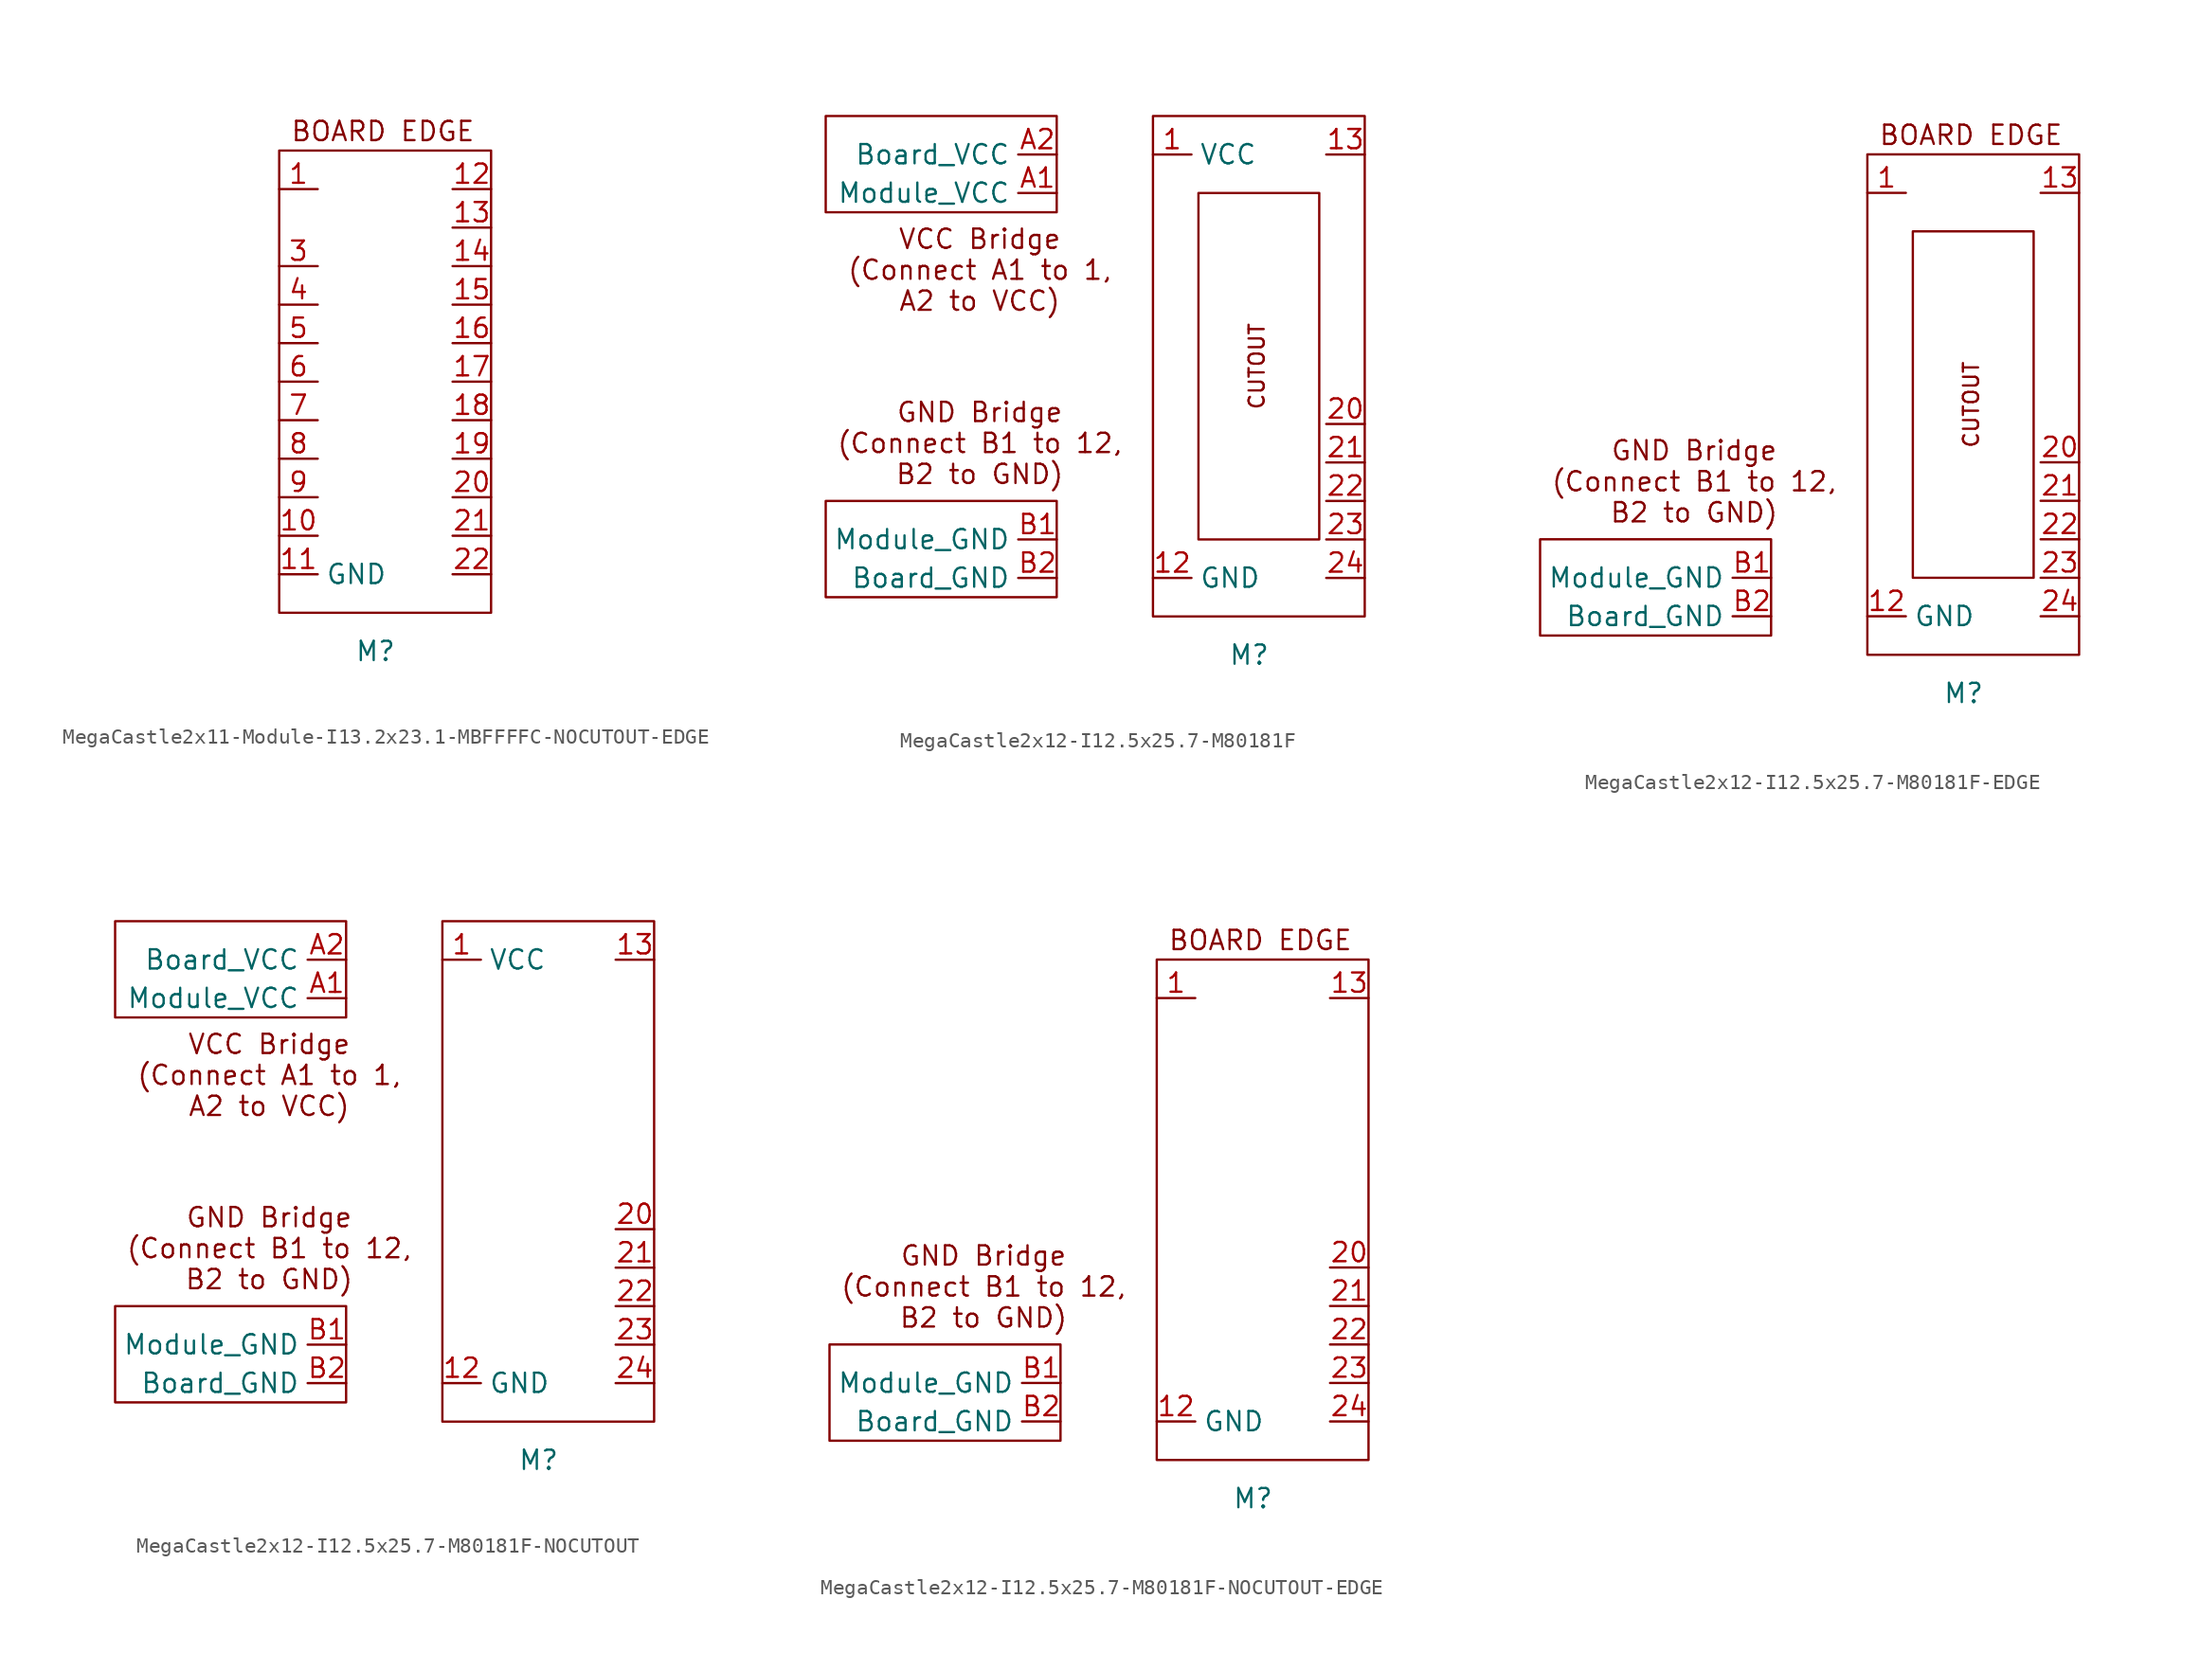
<source format=kicad_sym>
(kicad_symbol_lib
  (version 20231120)
  (generator "kicad_symbol_editor")
  (generator_version "8.0")
  (symbol "MegaCastle2x11-Module-I13.2x23.1-MBFFFFC-NOCUTOUT-EDGE"
    (property "Reference" "M"
      (at 0 -17.78 0)
      (effects (font (size 1.27 1.27))))
    (property "Value" ""
      (at 0 5.08 0)
      (effects (font (size 1.27 1.27))))
    (symbol "MegaCastle2x11-Module-I13.2x23.1-MBFFFFC-NOCUTOUT-EDGE_0_1"
      (rectangle (start -6.35 15.24) (end 7.62 -15.24) (stroke (width 0) (type default)) (fill (type none))))
    (symbol "MegaCastle2x11-Module-I13.2x23.1-MBFFFFC-NOCUTOUT-EDGE_1_1"
      (text " BOARD EDGE" (at 0 16.51 0) (effects (font (size 1.27 1.27))))
      (pin bidirectional line (at -6.35 12.7 0) (length 2.54) (name "" (effects (font (size 1.27 1.27)))) (number "1" (effects (font (size 1.27 1.27)))))
      (pin bidirectional line (at -6.35 -10.16 0) (length 2.54) (name "" (effects (font (size 1.27 1.27)))) (number "10" (effects (font (size 1.27 1.27)))))
      (pin bidirectional line (at -6.35 -12.7 0) (length 2.54) (name "GND" (effects (font (size 1.27 1.27)))) (number "11" (effects (font (size 1.27 1.27)))))
      (pin bidirectional line (at 7.62 12.7 180) (length 2.54) (name "" (effects (font (size 1.27 1.27)))) (number "12" (effects (font (size 1.27 1.27)))))
      (pin bidirectional line (at 7.62 10.16 180) (length 2.54) (name "" (effects (font (size 1.27 1.27)))) (number "13" (effects (font (size 1.27 1.27)))))
      (pin bidirectional line (at 7.62 7.62 180) (length 2.54) (name "" (effects (font (size 1.27 1.27)))) (number "14" (effects (font (size 1.27 1.27)))))
      (pin bidirectional line (at 7.62 5.08 180) (length 2.54) (name "" (effects (font (size 1.27 1.27)))) (number "15" (effects (font (size 1.27 1.27)))))
      (pin bidirectional line (at 7.62 2.54 180) (length 2.54) (name "" (effects (font (size 1.27 1.27)))) (number "16" (effects (font (size 1.27 1.27)))))
      (pin bidirectional line (at 7.62 0 180) (length 2.54) (name "" (effects (font (size 1.27 1.27)))) (number "17" (effects (font (size 1.27 1.27)))))
      (pin bidirectional line (at 7.62 -2.54 180) (length 2.54) (name "" (effects (font (size 1.27 1.27)))) (number "18" (effects (font (size 1.27 1.27)))))
      (pin bidirectional line (at 7.62 -5.08 180) (length 2.54) (name "" (effects (font (size 1.27 1.27)))) (number "19" (effects (font (size 1.27 1.27)))))
      (pin bidirectional line (at 7.62 -7.62 180) (length 2.54) (name "" (effects (font (size 1.27 1.27)))) (number "20" (effects (font (size 1.27 1.27)))))
      (pin bidirectional line (at 7.62 -10.16 180) (length 2.54) (name "" (effects (font (size 1.27 1.27)))) (number "21" (effects (font (size 1.27 1.27)))))
      (pin bidirectional line (at 7.62 -12.7 180) (length 2.54) (name "" (effects (font (size 1.27 1.27)))) (number "22" (effects (font (size 1.27 1.27)))))
      (pin bidirectional line (at -6.35 7.62 0) (length 2.54) (name "" (effects (font (size 1.27 1.27)))) (number "3" (effects (font (size 1.27 1.27)))))
      (pin bidirectional line (at -6.35 5.08 0) (length 2.54) (name "" (effects (font (size 1.27 1.27)))) (number "4" (effects (font (size 1.27 1.27)))))
      (pin bidirectional line (at -6.35 2.54 0) (length 2.54) (name "" (effects (font (size 1.27 1.27)))) (number "5" (effects (font (size 1.27 1.27)))))
      (pin bidirectional line (at -6.35 0 0) (length 2.54) (name "" (effects (font (size 1.27 1.27)))) (number "6" (effects (font (size 1.27 1.27)))))
      (pin bidirectional line (at -6.35 -2.54 0) (length 2.54) (name "" (effects (font (size 1.27 1.27)))) (number "7" (effects (font (size 1.27 1.27)))))
      (pin bidirectional line (at -6.35 -5.08 0) (length 2.54) (name "" (effects (font (size 1.27 1.27)))) (number "8" (effects (font (size 1.27 1.27)))))
      (pin bidirectional line (at -6.35 -7.62 0) (length 2.54) (name "" (effects (font (size 1.27 1.27)))) (number "9" (effects (font (size 1.27 1.27)))))))
  (symbol "MegaCastle2x12-I12.5x25.7-M80181F"
    (property "Reference" "M"
      (at 0 -19.05 0)
      (effects (font (size 1.27 1.27))))
    (property "Value" ""
      (at 0 5.08 0)
      (effects (font (size 1.27 1.27))))
    (symbol "MegaCastle2x12-I12.5x25.7-M80181F_0_1"
      (rectangle (start -27.94 -8.89) (end -12.7 -15.24) (stroke (width 0) (type default)) (fill (type none)))
      (rectangle (start -27.94 16.51) (end -12.7 10.16) (stroke (width 0) (type default)) (fill (type none)))
      (rectangle (start -6.35 16.51) (end 7.62 -16.51) (stroke (width 0) (type default)) (fill (type none)))
      (rectangle (start -3.35 11.43) (end 4.62 -11.43) (stroke (width 0) (type default)) (fill (type none))))
    (symbol "MegaCastle2x12-I12.5x25.7-M80181F_1_1"
      (text "CUTOUT" (at 0.5 0 900) (effects (font (size 1 1))))
      (text "GND Bridge\n(Connect B1 to 12,\nB2 to GND)" (at -17.78 -5.08 0) (effects (font (size 1.27 1.27))))
      (text "VCC Bridge\n(Connect A1 to 1,\nA2 to VCC)" (at -17.78 6.35 0) (effects (font (size 1.27 1.27))))
      (pin bidirectional line (at -6.35 13.97 0) (length 2.54) (name "VCC" (effects (font (size 1.27 1.27)))) (number "1" (effects (font (size 1.27 1.27)))))
      (pin bidirectional line (at -6.35 -13.97 0) (length 2.54) (name "GND" (effects (font (size 1.27 1.27)))) (number "12" (effects (font (size 1.27 1.27)))))
      (pin bidirectional line (at 7.62 13.97 180) (length 2.54) (name "" (effects (font (size 1.27 1.27)))) (number "13" (effects (font (size 1.27 1.27)))))
      (pin bidirectional line (at 7.62 -3.81 180) (length 2.54) (name "" (effects (font (size 1.27 1.27)))) (number "20" (effects (font (size 1.27 1.27)))))
      (pin bidirectional line (at 7.62 -6.35 180) (length 2.54) (name "" (effects (font (size 1.27 1.27)))) (number "21" (effects (font (size 1.27 1.27)))))
      (pin bidirectional line (at 7.62 -8.89 180) (length 2.54) (name "" (effects (font (size 1.27 1.27)))) (number "22" (effects (font (size 1.27 1.27)))))
      (pin bidirectional line (at 7.62 -11.43 180) (length 2.54) (name "" (effects (font (size 1.27 1.27)))) (number "23" (effects (font (size 1.27 1.27)))))
      (pin bidirectional line (at 7.62 -13.97 180) (length 2.54) (name "" (effects (font (size 1.27 1.27)))) (number "24" (effects (font (size 1.27 1.27)))))
      (pin bidirectional line (at -12.7 11.43 180) (length 2.54) (name "Module_VCC" (effects (font (size 1.27 1.27)))) (number "A1" (effects (font (size 1.27 1.27)))))
      (pin bidirectional line (at -12.7 13.97 180) (length 2.54) (name "Board_VCC" (effects (font (size 1.27 1.27)))) (number "A2" (effects (font (size 1.27 1.27)))))
      (pin bidirectional line (at -12.7 -11.43 180) (length 2.54) (name "Module_GND" (effects (font (size 1.27 1.27)))) (number "B1" (effects (font (size 1.27 1.27)))))
      (pin bidirectional line (at -12.7 -13.97 180) (length 2.54) (name "Board_GND" (effects (font (size 1.27 1.27)))) (number "B2" (effects (font (size 1.27 1.27)))))))
  (symbol "MegaCastle2x12-I12.5x25.7-M80181F-EDGE"
    (property "Reference" "M"
      (at 0 -19.05 0)
      (effects (font (size 1.27 1.27))))
    (property "Value" ""
      (at 0 5.08 0)
      (effects (font (size 1.27 1.27))))
    (symbol "MegaCastle2x12-I12.5x25.7-M80181F-EDGE_0_1"
      (rectangle (start -27.94 -8.89) (end -12.7 -15.24) (stroke (width 0) (type default)) (fill (type none)))
      (rectangle (start -6.35 16.51) (end 7.62 -16.51) (stroke (width 0) (type default)) (fill (type none)))
      (rectangle (start -3.35 11.43) (end 4.62 -11.43) (stroke (width 0) (type default)) (fill (type none))))
    (symbol "MegaCastle2x12-I12.5x25.7-M80181F-EDGE_1_1"
      (text " BOARD EDGE" (at 0 17.78 0) (effects (font (size 1.27 1.27))))
      (text "CUTOUT" (at 0.5 0 900) (effects (font (size 1 1))))
      (text "GND Bridge\n(Connect B1 to 12,\nB2 to GND)" (at -17.78 -5.08 0) (effects (font (size 1.27 1.27))))
      (pin bidirectional line (at -6.35 13.97 0) (length 2.54) (name "" (effects (font (size 1.27 1.27)))) (number "1" (effects (font (size 1.27 1.27)))))
      (pin bidirectional line (at -6.35 -13.97 0) (length 2.54) (name "GND" (effects (font (size 1.27 1.27)))) (number "12" (effects (font (size 1.27 1.27)))))
      (pin bidirectional line (at 7.62 13.97 180) (length 2.54) (name "" (effects (font (size 1.27 1.27)))) (number "13" (effects (font (size 1.27 1.27)))))
      (pin bidirectional line (at 7.62 -3.81 180) (length 2.54) (name "" (effects (font (size 1.27 1.27)))) (number "20" (effects (font (size 1.27 1.27)))))
      (pin bidirectional line (at 7.62 -6.35 180) (length 2.54) (name "" (effects (font (size 1.27 1.27)))) (number "21" (effects (font (size 1.27 1.27)))))
      (pin bidirectional line (at 7.62 -8.89 180) (length 2.54) (name "" (effects (font (size 1.27 1.27)))) (number "22" (effects (font (size 1.27 1.27)))))
      (pin bidirectional line (at 7.62 -11.43 180) (length 2.54) (name "" (effects (font (size 1.27 1.27)))) (number "23" (effects (font (size 1.27 1.27)))))
      (pin bidirectional line (at 7.62 -13.97 180) (length 2.54) (name "" (effects (font (size 1.27 1.27)))) (number "24" (effects (font (size 1.27 1.27)))))
      (pin bidirectional line (at -12.7 -11.43 180) (length 2.54) (name "Module_GND" (effects (font (size 1.27 1.27)))) (number "B1" (effects (font (size 1.27 1.27)))))
      (pin bidirectional line (at -12.7 -13.97 180) (length 2.54) (name "Board_GND" (effects (font (size 1.27 1.27)))) (number "B2" (effects (font (size 1.27 1.27)))))))
  (symbol "MegaCastle2x12-I12.5x25.7-M80181F-NOCUTOUT"
    (property "Reference" "M"
      (at 0 -19.05 0)
      (effects (font (size 1.27 1.27))))
    (property "Value" ""
      (at 0 5.08 0)
      (effects (font (size 1.27 1.27))))
    (symbol "MegaCastle2x12-I12.5x25.7-M80181F-NOCUTOUT_0_1"
      (rectangle (start -27.94 -8.89) (end -12.7 -15.24) (stroke (width 0) (type default)) (fill (type none)))
      (rectangle (start -27.94 16.51) (end -12.7 10.16) (stroke (width 0) (type default)) (fill (type none)))
      (rectangle (start -6.35 16.51) (end 7.62 -16.51) (stroke (width 0) (type default)) (fill (type none))))
    (symbol "MegaCastle2x12-I12.5x25.7-M80181F-NOCUTOUT_1_1"
      (text "GND Bridge\n(Connect B1 to 12,\nB2 to GND)" (at -17.78 -5.08 0) (effects (font (size 1.27 1.27))))
      (text "VCC Bridge\n(Connect A1 to 1,\nA2 to VCC)" (at -17.78 6.35 0) (effects (font (size 1.27 1.27))))
      (pin bidirectional line (at -6.35 13.97 0) (length 2.54) (name "VCC" (effects (font (size 1.27 1.27)))) (number "1" (effects (font (size 1.27 1.27)))))
      (pin bidirectional line (at -6.35 -13.97 0) (length 2.54) (name "GND" (effects (font (size 1.27 1.27)))) (number "12" (effects (font (size 1.27 1.27)))))
      (pin bidirectional line (at 7.62 13.97 180) (length 2.54) (name "" (effects (font (size 1.27 1.27)))) (number "13" (effects (font (size 1.27 1.27)))))
      (pin bidirectional line (at 7.62 -3.81 180) (length 2.54) (name "" (effects (font (size 1.27 1.27)))) (number "20" (effects (font (size 1.27 1.27)))))
      (pin bidirectional line (at 7.62 -6.35 180) (length 2.54) (name "" (effects (font (size 1.27 1.27)))) (number "21" (effects (font (size 1.27 1.27)))))
      (pin bidirectional line (at 7.62 -8.89 180) (length 2.54) (name "" (effects (font (size 1.27 1.27)))) (number "22" (effects (font (size 1.27 1.27)))))
      (pin bidirectional line (at 7.62 -11.43 180) (length 2.54) (name "" (effects (font (size 1.27 1.27)))) (number "23" (effects (font (size 1.27 1.27)))))
      (pin bidirectional line (at 7.62 -13.97 180) (length 2.54) (name "" (effects (font (size 1.27 1.27)))) (number "24" (effects (font (size 1.27 1.27)))))
      (pin bidirectional line (at -12.7 11.43 180) (length 2.54) (name "Module_VCC" (effects (font (size 1.27 1.27)))) (number "A1" (effects (font (size 1.27 1.27)))))
      (pin bidirectional line (at -12.7 13.97 180) (length 2.54) (name "Board_VCC" (effects (font (size 1.27 1.27)))) (number "A2" (effects (font (size 1.27 1.27)))))
      (pin bidirectional line (at -12.7 -11.43 180) (length 2.54) (name "Module_GND" (effects (font (size 1.27 1.27)))) (number "B1" (effects (font (size 1.27 1.27)))))
      (pin bidirectional line (at -12.7 -13.97 180) (length 2.54) (name "Board_GND" (effects (font (size 1.27 1.27)))) (number "B2" (effects (font (size 1.27 1.27)))))))
  (symbol "MegaCastle2x12-I12.5x25.7-M80181F-NOCUTOUT-EDGE"
    (property "Reference" "M"
      (at 0 -19.05 0)
      (effects (font (size 1.27 1.27))))
    (property "Value" ""
      (at 0 5.08 0)
      (effects (font (size 1.27 1.27))))
    (symbol "MegaCastle2x12-I12.5x25.7-M80181F-NOCUTOUT-EDGE_0_1"
      (rectangle (start -27.94 -8.89) (end -12.7 -15.24) (stroke (width 0) (type default)) (fill (type none)))
      (rectangle (start -6.35 16.51) (end 7.62 -16.51) (stroke (width 0) (type default)) (fill (type none))))
    (symbol "MegaCastle2x12-I12.5x25.7-M80181F-NOCUTOUT-EDGE_1_1"
      (text " BOARD EDGE" (at 0 17.78 0) (effects (font (size 1.27 1.27))))
      (text "GND Bridge\n(Connect B1 to 12,\nB2 to GND)" (at -17.78 -5.08 0) (effects (font (size 1.27 1.27))))
      (pin bidirectional line (at -6.35 13.97 0) (length 2.54) (name "" (effects (font (size 1.27 1.27)))) (number "1" (effects (font (size 1.27 1.27)))))
      (pin bidirectional line (at -6.35 -13.97 0) (length 2.54) (name "GND" (effects (font (size 1.27 1.27)))) (number "12" (effects (font (size 1.27 1.27)))))
      (pin bidirectional line (at 7.62 13.97 180) (length 2.54) (name "" (effects (font (size 1.27 1.27)))) (number "13" (effects (font (size 1.27 1.27)))))
      (pin bidirectional line (at 7.62 -3.81 180) (length 2.54) (name "" (effects (font (size 1.27 1.27)))) (number "20" (effects (font (size 1.27 1.27)))))
      (pin bidirectional line (at 7.62 -6.35 180) (length 2.54) (name "" (effects (font (size 1.27 1.27)))) (number "21" (effects (font (size 1.27 1.27)))))
      (pin bidirectional line (at 7.62 -8.89 180) (length 2.54) (name "" (effects (font (size 1.27 1.27)))) (number "22" (effects (font (size 1.27 1.27)))))
      (pin bidirectional line (at 7.62 -11.43 180) (length 2.54) (name "" (effects (font (size 1.27 1.27)))) (number "23" (effects (font (size 1.27 1.27)))))
      (pin bidirectional line (at 7.62 -13.97 180) (length 2.54) (name "" (effects (font (size 1.27 1.27)))) (number "24" (effects (font (size 1.27 1.27)))))
      (pin bidirectional line (at -12.7 -11.43 180) (length 2.54) (name "Module_GND" (effects (font (size 1.27 1.27)))) (number "B1" (effects (font (size 1.27 1.27)))))
      (pin bidirectional line (at -12.7 -13.97 180) (length 2.54) (name "Board_GND" (effects (font (size 1.27 1.27)))) (number "B2" (effects (font (size 1.27 1.27))))))))
</source>
